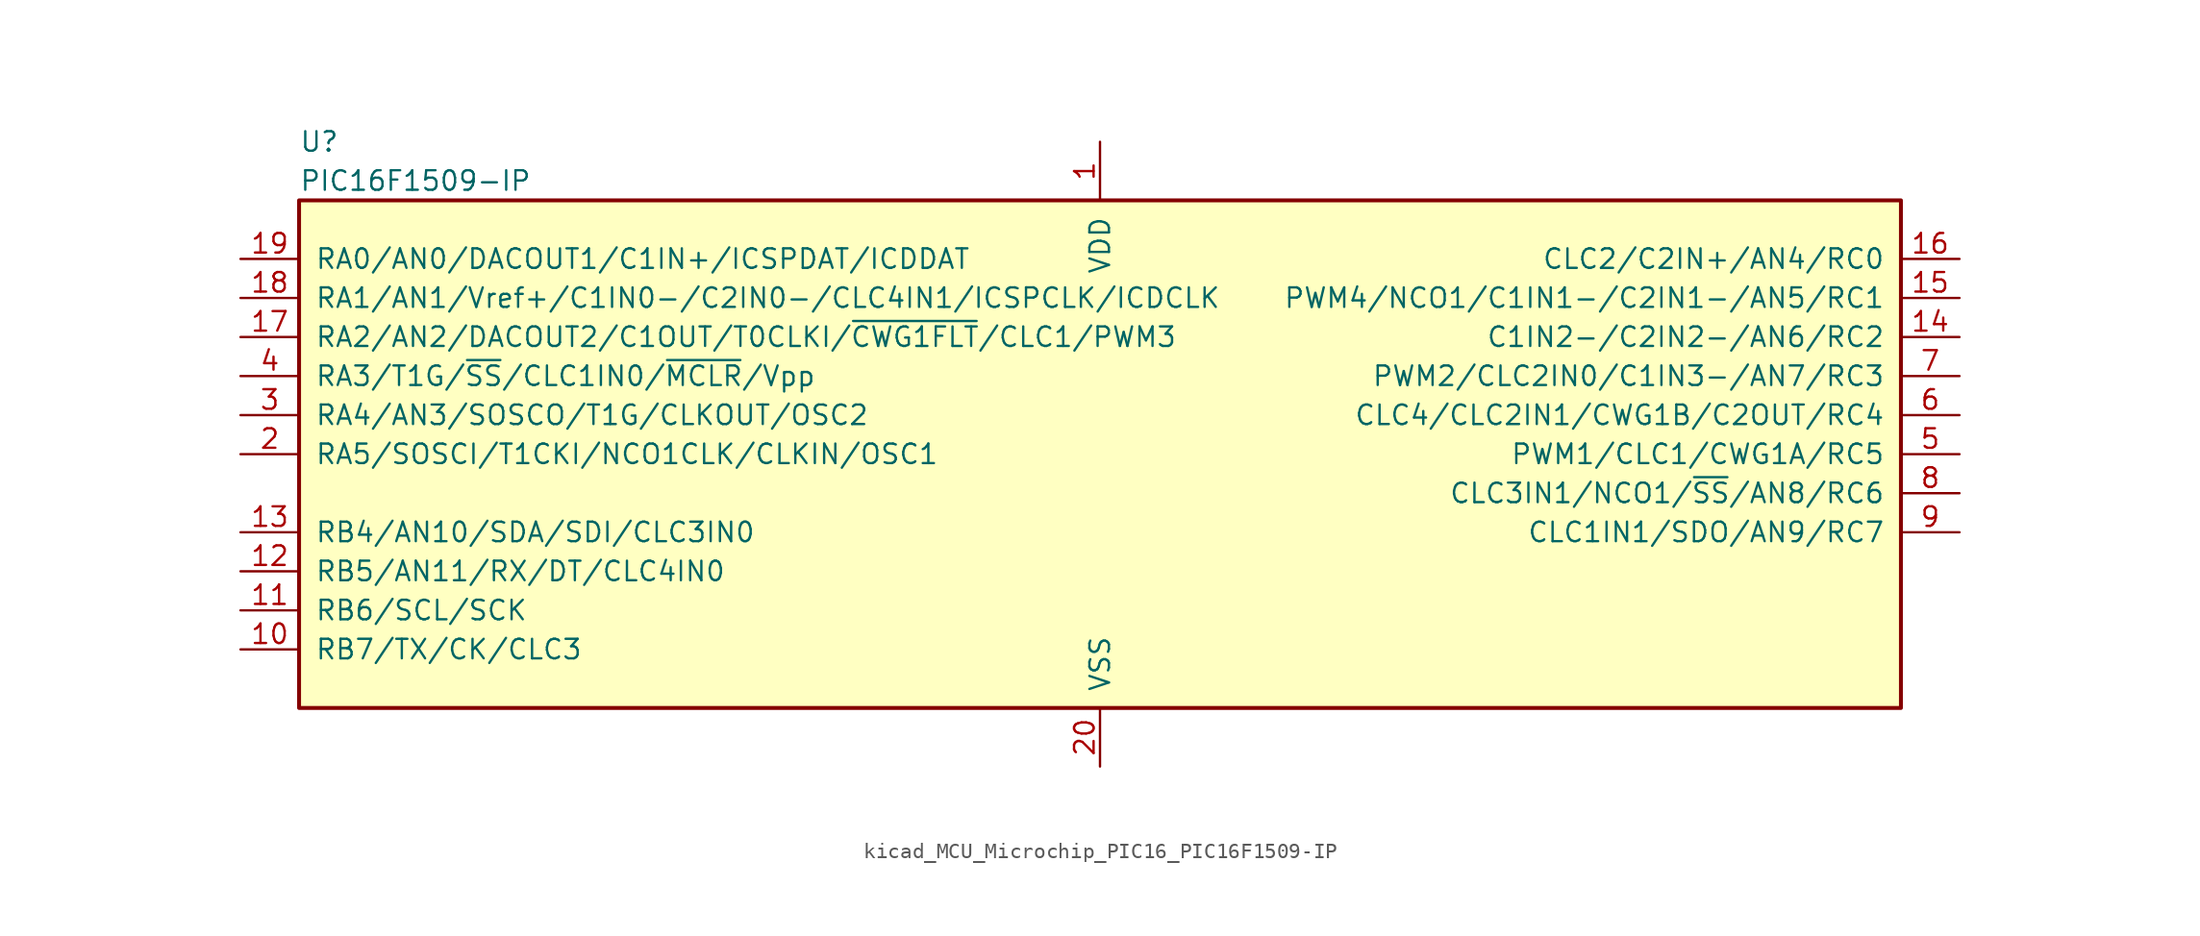
<source format=kicad_sym>
(kicad_symbol_lib
  (version 20220914)
  (generator kicad_symbol_editor)
  (symbol "kicad_MCU_Microchip_PIC16_PIC16F1509-IP"
    (pin_names
      (offset 1.016))
    (property "Reference" "U"
      (at -52.07 20.32 0)
      (effects (font (size 1.27 1.27)) (justify left)))
    (property "Value" "PIC16F1509-IP"
      (at -52.07 17.78 0)
      (effects (font (size 1.27 1.27)) (justify left)))
    (symbol "kicad_MCU_Microchip_PIC16_PIC16F1509-IP_0_1"
      (rectangle (start -52.07 16.51) (end 52.07 -16.51) (stroke (width 0.254) (type default)) (fill (type background))))
    (symbol "kicad_MCU_Microchip_PIC16_PIC16F1509-IP_1_1"
      (pin power_in line (at 0 20.32 270) (length 3.81) (name "VDD" (effects (font (size 1.27 1.27)))) (number "1" (effects (font (size 1.27 1.27)))))
      (pin bidirectional line (at -55.88 -12.7 0) (length 3.81) (name "RB7/TX/CK/CLC3" (effects (font (size 1.27 1.27)))) (number "10" (effects (font (size 1.27 1.27)))))
      (pin bidirectional line (at -55.88 -10.16 0) (length 3.81) (name "RB6/SCL/SCK" (effects (font (size 1.27 1.27)))) (number "11" (effects (font (size 1.27 1.27)))))
      (pin bidirectional line (at -55.88 -7.62 0) (length 3.81) (name "RB5/AN11/RX/DT/CLC4IN0" (effects (font (size 1.27 1.27)))) (number "12" (effects (font (size 1.27 1.27)))))
      (pin bidirectional line (at -55.88 -5.08 0) (length 3.81) (name "RB4/AN10/SDA/SDI/CLC3IN0" (effects (font (size 1.27 1.27)))) (number "13" (effects (font (size 1.27 1.27)))))
      (pin bidirectional line (at 55.88 7.62 180) (length 3.81) (name "C1IN2-/C2IN2-/AN6/RC2" (effects (font (size 1.27 1.27)))) (number "14" (effects (font (size 1.27 1.27)))))
      (pin bidirectional line (at 55.88 10.16 180) (length 3.81) (name "PWM4/NCO1/C1IN1-/C2IN1-/AN5/RC1" (effects (font (size 1.27 1.27)))) (number "15" (effects (font (size 1.27 1.27)))))
      (pin bidirectional line (at 55.88 12.7 180) (length 3.81) (name "CLC2/C2IN+/AN4/RC0" (effects (font (size 1.27 1.27)))) (number "16" (effects (font (size 1.27 1.27)))))
      (pin bidirectional line (at -55.88 7.62 0) (length 3.81) (name "RA2/AN2/DACOUT2/C1OUT/T0CLKI/~{CWG1FLT}/CLC1/PWM3" (effects (font (size 1.27 1.27)))) (number "17" (effects (font (size 1.27 1.27)))))
      (pin bidirectional line (at -55.88 10.16 0) (length 3.81) (name "RA1/AN1/Vref+/C1IN0-/C2IN0-/CLC4IN1/ICSPCLK/ICDCLK" (effects (font (size 1.27 1.27)))) (number "18" (effects (font (size 1.27 1.27)))))
      (pin bidirectional line (at -55.88 12.7 0) (length 3.81) (name "RA0/AN0/DACOUT1/C1IN+/ICSPDAT/ICDDAT" (effects (font (size 1.27 1.27)))) (number "19" (effects (font (size 1.27 1.27)))))
      (pin bidirectional line (at -55.88 0 0) (length 3.81) (name "RA5/SOSCI/T1CKI/NCO1CLK/CLKIN/OSC1" (effects (font (size 1.27 1.27)))) (number "2" (effects (font (size 1.27 1.27)))))
      (pin power_in line (at 0 -20.32 90) (length 3.81) (name "VSS" (effects (font (size 1.27 1.27)))) (number "20" (effects (font (size 1.27 1.27)))))
      (pin bidirectional line (at -55.88 2.54 0) (length 3.81) (name "RA4/AN3/SOSCO/T1G/CLKOUT/OSC2" (effects (font (size 1.27 1.27)))) (number "3" (effects (font (size 1.27 1.27)))))
      (pin input line (at -55.88 5.08 0) (length 3.81) (name "RA3/T1G/~{SS}/CLC1IN0/~{MCLR}/Vpp" (effects (font (size 1.27 1.27)))) (number "4" (effects (font (size 1.27 1.27)))))
      (pin bidirectional line (at 55.88 0 180) (length 3.81) (name "PWM1/CLC1/CWG1A/RC5" (effects (font (size 1.27 1.27)))) (number "5" (effects (font (size 1.27 1.27)))))
      (pin bidirectional line (at 55.88 2.54 180) (length 3.81) (name "CLC4/CLC2IN1/CWG1B/C2OUT/RC4" (effects (font (size 1.27 1.27)))) (number "6" (effects (font (size 1.27 1.27)))))
      (pin bidirectional line (at 55.88 5.08 180) (length 3.81) (name "PWM2/CLC2IN0/C1IN3-/AN7/RC3" (effects (font (size 1.27 1.27)))) (number "7" (effects (font (size 1.27 1.27)))))
      (pin bidirectional line (at 55.88 -2.54 180) (length 3.81) (name "CLC3IN1/NCO1/~{SS}/AN8/RC6" (effects (font (size 1.27 1.27)))) (number "8" (effects (font (size 1.27 1.27)))))
      (pin bidirectional line (at 55.88 -5.08 180) (length 3.81) (name "CLC1IN1/SDO/AN9/RC7" (effects (font (size 1.27 1.27)))) (number "9" (effects (font (size 1.27 1.27))))))))
</source>
